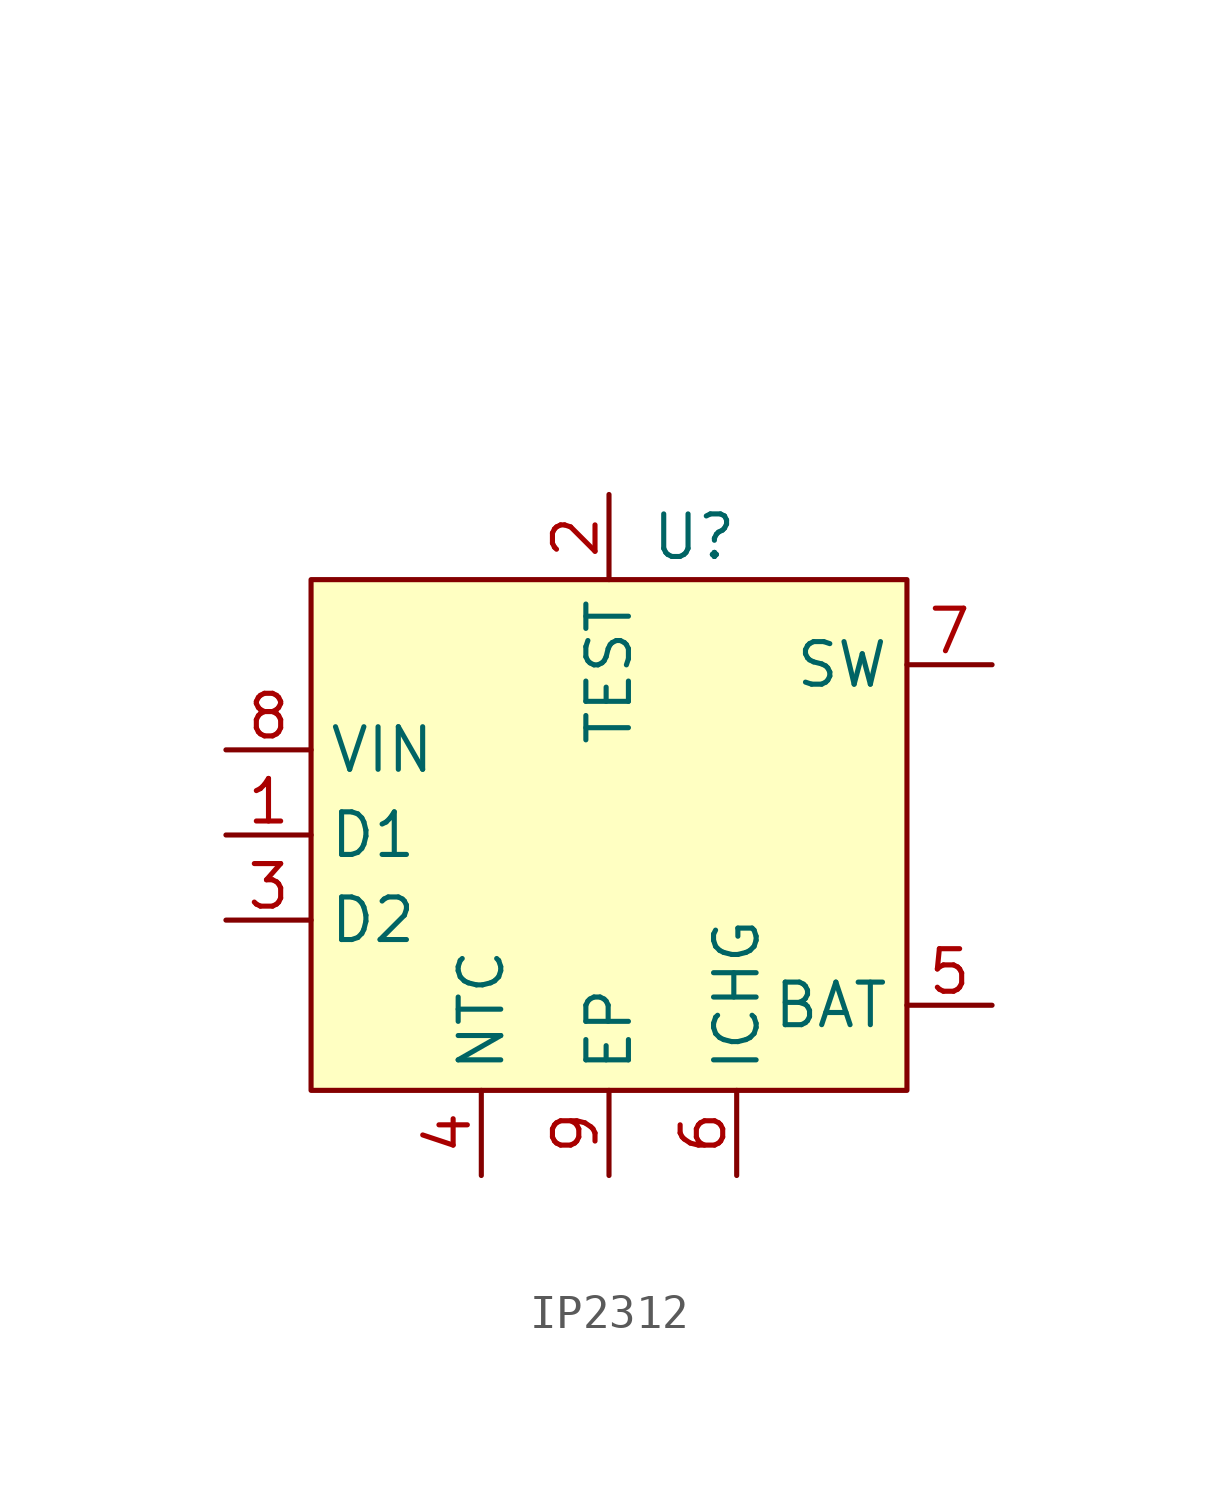
<source format=kicad_sym>
(kicad_symbol_lib
  (version 20220914)
  (generator kicad_symbol_editor)
  (symbol "IP2312"
    (property "Reference" "U"
      (at 2.54 -8.89 0)
      (effects (font (size 1.27 1.27))))
    (property "Value" ""
      (at 0 0 0)
      (effects (font (size 1.27 1.27))))
    (symbol "IP2312_1_1"
      (rectangle (start -8.89 -10.16) (end 8.89 -25.4) (stroke (width 0) (type default)) (fill (type background)))
      (pin output line (at -11.43 -17.78 0) (length 2.54) (name "D1" (effects (font (size 1.27 1.27)))) (number "1" (effects (font (size 1.27 1.27)))))
      (pin input line (at 0 -7.62 270) (length 2.54) (name "TEST" (effects (font (size 1.27 1.27)))) (number "2" (effects (font (size 1.27 1.27)))))
      (pin output line (at -11.43 -20.32 0) (length 2.54) (name "D2" (effects (font (size 1.27 1.27)))) (number "3" (effects (font (size 1.27 1.27)))))
      (pin output line (at -3.81 -27.94 90) (length 2.54) (name "NTC" (effects (font (size 1.27 1.27)))) (number "4" (effects (font (size 1.27 1.27)))))
      (pin bidirectional line (at 11.43 -22.86 180) (length 2.54) (name "BAT" (effects (font (size 1.27 1.27)))) (number "5" (effects (font (size 1.27 1.27)))))
      (pin output line (at 3.81 -27.94 90) (length 2.54) (name "ICHG" (effects (font (size 1.27 1.27)))) (number "6" (effects (font (size 1.27 1.27)))))
      (pin bidirectional line (at 11.43 -12.7 180) (length 2.54) (name "SW" (effects (font (size 1.27 1.27)))) (number "7" (effects (font (size 1.27 1.27)))))
      (pin input line (at -11.43 -15.24 0) (length 2.54) (name "VIN" (effects (font (size 1.27 1.27)))) (number "8" (effects (font (size 1.27 1.27)))))
      (pin input line (at 0 -27.94 90) (length 2.54) (name "EP" (effects (font (size 1.27 1.27)))) (number "9" (effects (font (size 1.27 1.27))))))))
</source>
